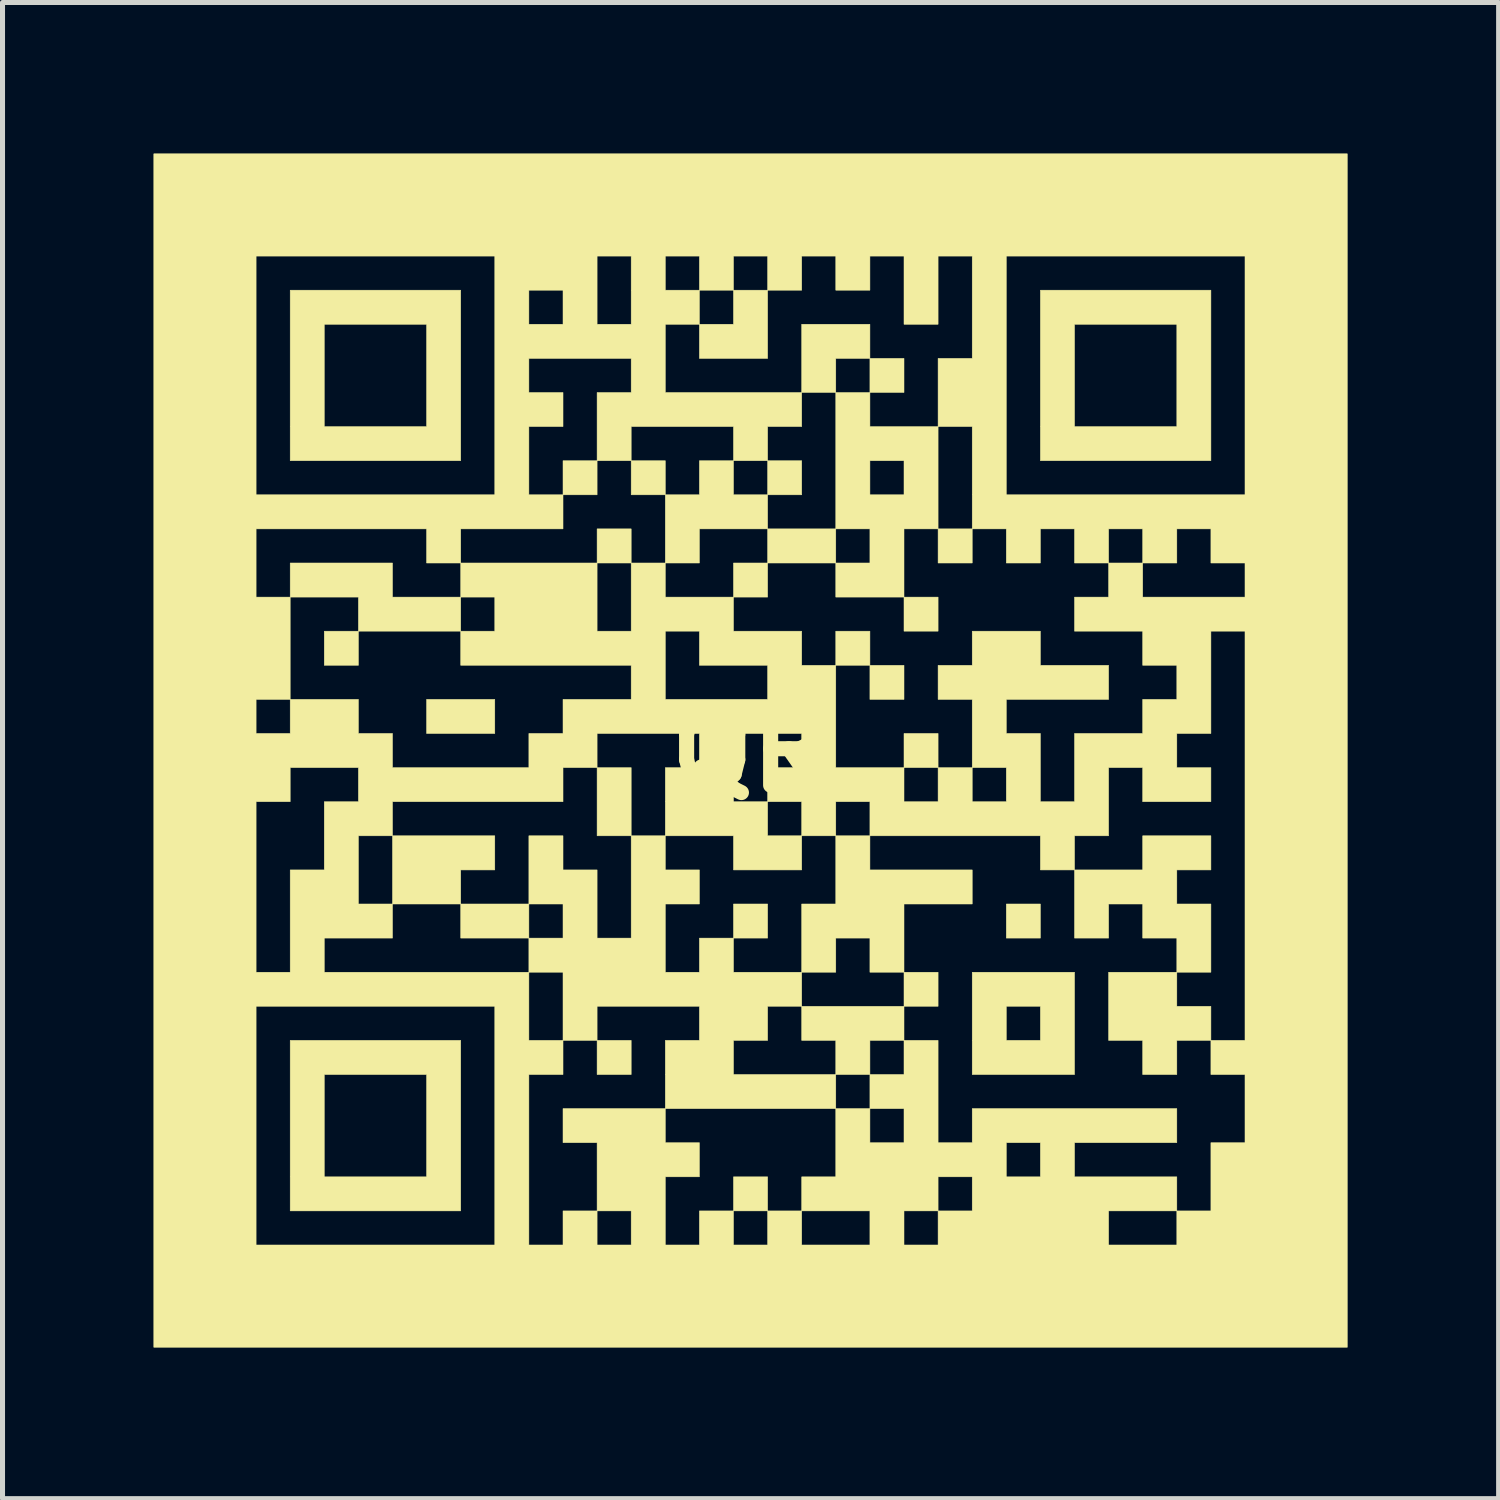
<source format=kicad_pcb>
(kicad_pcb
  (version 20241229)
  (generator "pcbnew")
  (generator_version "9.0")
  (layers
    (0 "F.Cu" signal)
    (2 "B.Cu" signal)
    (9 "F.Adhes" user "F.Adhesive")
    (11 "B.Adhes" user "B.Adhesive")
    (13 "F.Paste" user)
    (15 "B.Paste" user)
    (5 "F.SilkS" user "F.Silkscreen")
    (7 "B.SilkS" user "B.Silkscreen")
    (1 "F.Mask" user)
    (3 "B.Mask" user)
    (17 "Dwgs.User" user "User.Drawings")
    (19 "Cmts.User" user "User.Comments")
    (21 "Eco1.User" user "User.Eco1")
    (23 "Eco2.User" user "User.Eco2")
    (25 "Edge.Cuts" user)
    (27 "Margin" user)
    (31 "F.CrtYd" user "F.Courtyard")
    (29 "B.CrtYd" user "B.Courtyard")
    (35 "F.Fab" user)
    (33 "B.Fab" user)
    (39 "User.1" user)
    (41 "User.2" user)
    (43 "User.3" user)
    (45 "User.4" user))
  (footprint "QR"
    (layer "F.Cu")
    (at 11.858 11.858)
    (property "Reference" "QR" (at 0 0 0) (layer "F.SilkS") (effects (font (size 1.524 1.524) (thickness 0.3))))
    (attr through_hole)
    (fp_poly (pts (xy -7.789 -1.693) (xy -8.467 -1.693) (xy -8.467 -2.371) (xy -7.789 -2.371) (xy -7.789 -1.693)) (stroke (width 0.01) (type solid)) (fill yes) (layer "F.SilkS"))
    (fp_poly (pts (xy -5.08 -0.339) (xy -6.435 -0.339) (xy -6.435 -1.016) (xy -5.08 -1.016) (xy -5.08 -0.339)) (stroke (width 0.01) (type solid)) (fill yes) (layer "F.SilkS"))
    (fp_poly (pts (xy -3.048 -5.08) (xy -3.725 -5.08) (xy -3.725 -5.757) (xy -3.048 -5.757) (xy -3.048 -5.08)) (stroke (width 0.01) (type solid)) (fill yes) (layer "F.SilkS"))
    (fp_poly (pts (xy -3.048 1.693) (xy -3.048 0.339) (xy -2.371 0.339) (xy -2.371 1.693) (xy -3.048 1.693)) (stroke (width 0.01) (type solid)) (fill yes) (layer "F.SilkS"))
    (fp_poly (pts (xy -2.371 -5.08) (xy -2.371 -5.757) (xy -1.693 -5.757) (xy -1.693 -5.08) (xy -2.371 -5.08)) (stroke (width 0.01) (type solid)) (fill yes) (layer "F.SilkS"))
    (fp_poly (pts (xy -2.371 -3.725) (xy -3.048 -3.725) (xy -3.048 -4.403) (xy -2.371 -4.403) (xy -2.371 -3.725)) (stroke (width 0.01) (type solid)) (fill yes) (layer "F.SilkS"))
    (fp_poly (pts (xy -2.371 5.757) (xy -2.371 6.435) (xy -3.048 6.435) (xy -3.048 5.757) (xy -2.371 5.757)) (stroke (width 0.01) (type solid)) (fill yes) (layer "F.SilkS"))
    (fp_poly (pts (xy -0.339 3.048) (xy 0.339 3.048) (xy 0.339 3.725) (xy -0.339 3.725) (xy -0.339 3.048)) (stroke (width 0.01) (type solid)) (fill yes) (layer "F.SilkS"))
    (fp_poly (pts (xy 0.339 -5.757) (xy 1.016 -5.757) (xy 1.016 -5.08) (xy 0.339 -5.08) (xy 0.339 -5.757)) (stroke (width 0.01) (type solid)) (fill yes) (layer "F.SilkS"))
    (fp_poly (pts (xy 0.339 -3.048) (xy -0.339 -3.048) (xy -0.339 -3.725) (xy 0.339 -3.725) (xy 0.339 -3.048)) (stroke (width 0.01) (type solid)) (fill yes) (layer "F.SilkS"))
    (fp_poly (pts (xy 0.339 9.144) (xy -0.339 9.144) (xy -0.339 8.467) (xy 0.339 8.467) (xy 0.339 9.144)) (stroke (width 0.01) (type solid)) (fill yes) (layer "F.SilkS"))
    (fp_poly (pts (xy 1.693 -1.693) (xy 1.693 -2.371) (xy 2.371 -2.371) (xy 2.371 -1.693) (xy 1.693 -1.693)) (stroke (width 0.01) (type solid)) (fill yes) (layer "F.SilkS"))
    (fp_poly (pts (xy 2.371 -7.789) (xy 3.048 -7.789) (xy 3.048 -7.112) (xy 2.371 -7.112) (xy 2.371 -7.789)) (stroke (width 0.01) (type solid)) (fill yes) (layer "F.SilkS"))
    (fp_poly (pts (xy 3.048 -1.693) (xy 3.048 -1.016) (xy 2.371 -1.016) (xy 2.371 -1.693) (xy 3.048 -1.693)) (stroke (width 0.01) (type solid)) (fill yes) (layer "F.SilkS"))
    (fp_poly (pts (xy 3.725 -3.048) (xy 3.725 -2.371) (xy 3.048 -2.371) (xy 3.048 -3.048) (xy 3.725 -3.048)) (stroke (width 0.01) (type solid)) (fill yes) (layer "F.SilkS"))
    (fp_poly (pts (xy 3.725 0.339) (xy 3.048 0.339) (xy 3.048 -0.339) (xy 3.725 -0.339) (xy 3.725 0.339)) (stroke (width 0.01) (type solid)) (fill yes) (layer "F.SilkS"))
    (fp_poly (pts (xy 4.403 -3.725) (xy 3.725 -3.725) (xy 3.725 -4.403) (xy 4.403 -4.403) (xy 4.403 -3.725)) (stroke (width 0.01) (type solid)) (fill yes) (layer "F.SilkS"))
    (fp_poly (pts (xy 5.757 3.725) (xy 5.08 3.725) (xy 5.08 3.048) (xy 5.757 3.048) (xy 5.757 3.725)) (stroke (width 0.01) (type solid)) (fill yes) (layer "F.SilkS"))
    (fp_poly (pts (xy -7.112 3.048) (xy -7.112 1.693) (xy -5.08 1.693) (xy -5.08 2.371) (xy -5.757 2.371) (xy -5.757 3.048) (xy -7.112 3.048)) (stroke (width 0.01) (type solid)) (fill yes) (layer "F.SilkS"))
    (fp_poly (pts (xy 0.339 -7.789) (xy -1.016 -7.789) (xy -1.016 -8.467) (xy -0.339 -8.467) (xy -0.339 -9.144) (xy 0.339 -9.144) (xy 0.339 -7.789)) (stroke (width 0.01) (type solid)) (fill yes) (layer "F.SilkS"))
    (fp_poly (pts (xy 1.016 -7.112) (xy 1.016 -8.467) (xy 2.371 -8.467) (xy 2.371 -7.789) (xy 1.693 -7.789) (xy 1.693 -7.112) (xy 1.016 -7.112)) (stroke (width 0.01) (type solid)) (fill yes) (layer "F.SilkS"))
    (fp_poly (pts (xy -7.789 -3.048) (xy -9.144 -3.048) (xy -9.144 -3.725) (xy -7.112 -3.725) (xy -7.112 -3.048) (xy -5.757 -3.048) (xy -5.757 -2.371) (xy -7.789 -2.371) (xy -7.789 -3.048)) (stroke (width 0.01) (type solid)) (fill yes) (layer "F.SilkS"))
    (fp_poly (pts (xy -1.016 -5.08) (xy -1.016 -5.757) (xy -0.339 -5.757) (xy -0.339 -5.08) (xy 0.339 -5.08) (xy 0.339 -4.403) (xy -1.016 -4.403) (xy -1.016 -3.725) (xy -1.693 -3.725) (xy -1.693 -5.08) (xy -1.016 -5.08)) (stroke (width 0.01) (type solid)) (fill yes) (layer "F.SilkS"))
    (fp_poly (pts (xy 8.467 5.08) (xy 9.144 5.08) (xy 9.144 5.757) (xy 8.467 5.757) (xy 8.467 6.435) (xy 7.789 6.435) (xy 7.789 5.757) (xy 7.112 5.757) (xy 7.112 4.403) (xy 8.467 4.403) (xy 8.467 5.08)) (stroke (width 0.01) (type solid)) (fill yes) (layer "F.SilkS"))
    (fp_poly (pts (xy -5.757 -5.757) (xy -9.144 -5.757) (xy -9.144 -8.467) (xy -8.467 -8.467) (xy -8.467 -6.435) (xy -6.435 -6.435) (xy -6.435 -8.467) (xy -8.467 -8.467) (xy -9.144 -8.467) (xy -9.144 -9.144) (xy -5.757 -9.144) (xy -5.757 -5.757)) (stroke (width 0.01) (type solid)) (fill yes) (layer "F.SilkS"))
    (fp_poly (pts (xy -5.757 9.144) (xy -9.144 9.144) (xy -9.144 6.435) (xy -8.467 6.435) (xy -8.467 8.467) (xy -6.435 8.467) (xy -6.435 6.435) (xy -8.467 6.435) (xy -9.144 6.435) (xy -9.144 5.757) (xy -5.757 5.757) (xy -5.757 9.144)) (stroke (width 0.01) (type solid)) (fill yes) (layer "F.SilkS"))
    (fp_poly (pts (xy 6.435 6.435) (xy 4.403 6.435) (xy 4.403 5.08) (xy 5.08 5.08) (xy 5.08 5.757) (xy 5.757 5.757) (xy 5.757 5.08) (xy 5.08 5.08) (xy 4.403 5.08) (xy 4.403 4.403) (xy 6.435 4.403) (xy 6.435 6.435)) (stroke (width 0.01) (type solid)) (fill yes) (layer "F.SilkS"))
    (fp_poly (pts (xy 9.144 -5.757) (xy 5.757 -5.757) (xy 5.757 -8.467) (xy 6.435 -8.467) (xy 6.435 -6.435) (xy 8.467 -6.435) (xy 8.467 -8.467) (xy 6.435 -8.467) (xy 5.757 -8.467) (xy 5.757 -9.144) (xy 9.144 -9.144) (xy 9.144 -5.757)) (stroke (width 0.01) (type solid)) (fill yes) (layer "F.SilkS"))
    (fp_poly (pts (xy 8.467 3.725) (xy 7.789 3.725) (xy 7.789 3.048) (xy 7.112 3.048) (xy 7.112 3.725) (xy 6.435 3.725) (xy 6.435 2.371) (xy 7.789 2.371) (xy 7.789 1.693) (xy 9.144 1.693) (xy 9.144 2.371) (xy 8.467 2.371) (xy 8.467 3.048) (xy 9.144 3.048) (xy 9.144 4.403) (xy 8.467 4.403) (xy 8.467 3.725)) (stroke (width 0.01) (type solid)) (fill yes) (layer "F.SilkS"))
    (fp_poly (pts (xy 2.371 -6.435) (xy 3.725 -6.435) (xy 3.725 -4.403) (xy 3.048 -4.403) (xy 3.048 -3.048) (xy 1.693 -3.048) (xy 1.693 -3.725) (xy 0.339 -3.725) (xy 0.339 -4.403) (xy 1.693 -4.403) (xy 1.693 -3.725) (xy 2.371 -3.725) (xy 2.371 -4.403) (xy 1.693 -4.403) (xy 1.693 -5.757) (xy 2.371 -5.757) (xy 2.371 -5.08) (xy 3.048 -5.08) (xy 3.048 -5.757) (xy 2.371 -5.757) (xy 1.693 -5.757) (xy 1.693 -7.112) (xy 2.371 -7.112) (xy 2.371 -6.435)) (stroke (width 0.01) (type solid)) (fill yes) (layer "F.SilkS"))
    (fp_poly (pts (xy -0.339 4.403) (xy 1.016 4.403) (xy 1.016 5.08) (xy 3.048 5.08) (xy 3.048 4.403) (xy 2.371 4.403) (xy 2.371 3.725) (xy 1.693 3.725) (xy 1.693 4.403) (xy 1.016 4.403) (xy 1.016 3.048) (xy 1.693 3.048) (xy 1.693 1.693) (xy 2.371 1.693) (xy 2.371 2.371) (xy 4.403 2.371) (xy 4.403 3.048) (xy 3.048 3.048) (xy 3.048 4.403) (xy 3.725 4.403) (xy 3.725 5.08) (xy 3.048 5.08) (xy 3.048 5.757) (xy 2.371 5.757) (xy 2.371 6.435) (xy 1.693 6.435) (xy 1.693 7.112) (xy -1.693 7.112) (xy -1.693 5.757) (xy -1.016 5.757) (xy -0.339 5.757) (xy -0.339 6.435) (xy 1.693 6.435) (xy 1.693 5.757) (xy 1.016 5.757) (xy 1.016 5.08) (xy 0.339 5.08) (xy 0.339 5.757) (xy -0.339 5.757) (xy -1.016 5.757) (xy -1.016 5.08) (xy -3.048 5.08) (xy -3.048 5.757) (xy -3.725 5.757) (xy -3.725 4.403) (xy -4.403 4.403) (xy -4.403 3.725) (xy -5.757 3.725) (xy -5.757 3.048) (xy -4.403 3.048) (xy -4.403 3.725) (xy -3.725 3.725) (xy -3.725 3.048) (xy -4.403 3.048) (xy -4.403 1.693) (xy -3.725 1.693) (xy -3.725 2.371) (xy -3.048 2.371) (xy -3.048 3.725) (xy -2.371 3.725) (xy -2.371 1.693) (xy -1.693 1.693) (xy -1.693 2.371) (xy -1.016 2.371) (xy -1.016 3.048) (xy -1.693 3.048) (xy -1.693 4.403) (xy -1.016 4.403) (xy -1.016 3.725) (xy -0.339 3.725) (xy -0.339 4.403)) (stroke (width 0.01) (type solid)) (fill yes) (layer "F.SilkS"))
    (fp_poly (pts (xy 11.853 11.853) (xy -11.853 11.853) (xy -11.853 5.08) (xy -9.821 5.08) (xy -9.821 9.821) (xy -5.08 9.821) (xy -5.08 5.08) (xy -9.821 5.08) (xy -11.853 5.08) (xy -11.853 1.016) (xy -9.821 1.016) (xy -9.821 4.403) (xy -9.144 4.403) (xy -9.144 3.725) (xy -8.467 3.725) (xy -8.467 4.403) (xy -4.403 4.403) (xy -4.403 5.757) (xy -3.725 5.757) (xy -3.725 6.435) (xy -4.403 6.435) (xy -4.403 9.821) (xy -3.725 9.821) (xy -3.725 9.144) (xy -3.048 9.144) (xy -3.048 9.821) (xy -2.371 9.821) (xy -2.371 9.144) (xy -3.048 9.144) (xy -3.048 7.789) (xy -3.725 7.789) (xy -3.725 7.112) (xy -1.693 7.112) (xy -1.693 7.789) (xy -1.016 7.789) (xy -1.016 8.467) (xy -1.693 8.467) (xy -1.693 9.821) (xy -1.016 9.821) (xy -1.016 9.144) (xy -0.339 9.144) (xy -0.339 9.821) (xy 0.339 9.821) (xy 0.339 9.144) (xy 1.016 9.144) (xy 1.016 9.821) (xy 2.371 9.821) (xy 2.371 9.144) (xy 3.048 9.144) (xy 3.048 9.821) (xy 3.725 9.821) (xy 3.725 9.144) (xy 3.048 9.144) (xy 2.371 9.144) (xy 1.016 9.144) (xy 1.016 8.467) (xy 1.693 8.467) (xy 3.725 8.467) (xy 3.725 9.144) (xy 4.403 9.144) (xy 7.112 9.144) (xy 7.112 9.821) (xy 8.467 9.821) (xy 8.467 9.144) (xy 7.112 9.144) (xy 4.403 9.144) (xy 4.403 8.467) (xy 3.725 8.467) (xy 1.693 8.467) (xy 1.693 7.112) (xy 2.371 7.112) (xy 2.371 7.789) (xy 3.048 7.789) (xy 3.048 7.112) (xy 2.371 7.112) (xy 2.371 6.435) (xy 3.048 6.435) (xy 3.048 5.757) (xy 3.725 5.757) (xy 3.725 7.789) (xy 4.403 7.789) (xy 5.08 7.789) (xy 5.08 8.467) (xy 5.757 8.467) (xy 5.757 7.789) (xy 5.08 7.789) (xy 4.403 7.789) (xy 4.403 7.112) (xy 8.467 7.112) (xy 8.467 7.789) (xy 6.435 7.789) (xy 6.435 8.467) (xy 8.467 8.467) (xy 8.467 9.144) (xy 9.144 9.144) (xy 9.144 7.789) (xy 9.821 7.789) (xy 9.821 6.435) (xy 9.144 6.435) (xy 9.144 5.757) (xy 9.821 5.757) (xy 9.821 -2.371) (xy 9.144 -2.371) (xy 9.144 -0.339) (xy 8.467 -0.339) (xy 8.467 0.339) (xy 9.144 0.339) (xy 9.144 1.016) (xy 7.789 1.016) (xy 7.789 0.339) (xy 7.112 0.339) (xy 7.112 1.693) (xy 6.435 1.693) (xy 6.435 2.371) (xy 5.757 2.371) (xy 5.757 1.693) (xy 2.371 1.693) (xy 2.371 1.016) (xy 1.693 1.016) (xy 1.693 1.693) (xy 1.016 1.693) (xy 1.016 2.371) (xy -0.339 2.371) (xy -0.339 1.693) (xy 0.339 1.693) (xy 1.016 1.693) (xy 1.016 1.016) (xy 0.339 1.016) (xy 0.339 1.693) (xy -0.339 1.693) (xy -1.693 1.693) (xy -1.693 0.339) (xy -1.016 0.339) (xy -1.016 -0.339) (xy -0.339 -0.339) (xy -0.339 1.016) (xy 0.339 1.016) (xy 0.339 0.339) (xy 1.016 0.339) (xy 1.016 -0.339) (xy -0.339 -0.339) (xy -1.016 -0.339) (xy -3.048 -0.339) (xy -3.048 0.339) (xy -3.725 0.339) (xy -3.725 1.016) (xy -7.112 1.016) (xy -7.112 1.693) (xy -7.789 1.693) (xy -7.789 3.048) (xy -7.112 3.048) (xy -7.112 3.725) (xy -8.467 3.725) (xy -9.144 3.725) (xy -9.144 2.371) (xy -8.467 2.371) (xy -8.467 1.016) (xy -7.789 1.016) (xy -7.789 0.339) (xy -9.144 0.339) (xy -9.144 1.016) (xy -9.821 1.016) (xy -11.853 1.016) (xy -11.853 -1.016) (xy -9.821 -1.016) (xy -9.821 -0.339) (xy -9.144 -0.339) (xy -9.144 -1.016) (xy -9.821 -1.016) (xy -11.853 -1.016) (xy -11.853 -4.403) (xy -9.821 -4.403) (xy -9.821 -3.048) (xy -9.144 -3.048) (xy -9.144 -1.016) (xy -7.789 -1.016) (xy -7.789 -0.339) (xy -7.112 -0.339) (xy -7.112 0.339) (xy -4.403 0.339) (xy -4.403 -0.339) (xy -3.725 -0.339) (xy -3.725 -1.016) (xy -2.371 -1.016) (xy -2.371 -1.693) (xy -5.757 -1.693) (xy -5.757 -2.371) (xy -5.08 -2.371) (xy -5.08 -3.048) (xy -5.757 -3.048) (xy -5.757 -3.725) (xy -6.435 -3.725) (xy -6.435 -4.403) (xy -5.757 -4.403) (xy -5.757 -3.725) (xy -3.048 -3.725) (xy -3.048 -2.371) (xy -2.371 -2.371) (xy -1.693 -2.371) (xy -1.693 -1.016) (xy 0.339 -1.016) (xy 0.339 -1.693) (xy -1.016 -1.693) (xy -1.016 -2.371) (xy -1.693 -2.371) (xy -2.371 -2.371) (xy -2.371 -3.725) (xy -1.693 -3.725) (xy -1.693 -3.048) (xy -0.339 -3.048) (xy -0.339 -2.371) (xy 1.016 -2.371) (xy 1.016 -1.693) (xy 1.693 -1.693) (xy 1.693 0.339) (xy 3.048 0.339) (xy 3.048 1.016) (xy 3.725 1.016) (xy 3.725 0.339) (xy 4.403 0.339) (xy 4.403 1.016) (xy 5.08 1.016) (xy 5.08 0.339) (xy 4.403 0.339) (xy 4.403 -1.016) (xy 3.725 -1.016) (xy 3.725 -1.693) (xy 4.403 -1.693) (xy 4.403 -2.371) (xy 5.757 -2.371) (xy 5.757 -1.693) (xy 7.112 -1.693) (xy 7.112 -1.016) (xy 5.08 -1.016) (xy 5.08 -0.339) (xy 5.757 -0.339) (xy 5.757 1.016) (xy 6.435 1.016) (xy 6.435 -0.339) (xy 7.789 -0.339) (xy 7.789 -1.016) (xy 8.467 -1.016) (xy 8.467 -1.693) (xy 7.789 -1.693) (xy 7.789 -2.371) (xy 6.435 -2.371) (xy 6.435 -3.048) (xy 7.112 -3.048) (xy 7.789 -3.048) (xy 9.821 -3.048) (xy 9.821 -3.725) (xy 9.144 -3.725) (xy 9.144 -4.403) (xy 8.467 -4.403) (xy 8.467 -3.725) (xy 7.789 -3.725) (xy 7.789 -3.048) (xy 7.112 -3.048) (xy 7.112 -3.725) (xy 6.435 -3.725) (xy 6.435 -4.403) (xy 7.112 -4.403) (xy 7.112 -3.725) (xy 7.789 -3.725) (xy 7.789 -4.403) (xy 7.112 -4.403) (xy 6.435 -4.403) (xy 5.757 -4.403) (xy 5.757 -3.725) (xy 5.08 -3.725) (xy 5.08 -4.403) (xy 4.403 -4.403) (xy 4.403 -6.435) (xy 3.725 -6.435) (xy 3.725 -7.789) (xy 4.403 -7.789) (xy 4.403 -9.821) (xy 5.08 -9.821) (xy 5.08 -5.08) (xy 9.821 -5.08) (xy 9.821 -9.821) (xy 5.08 -9.821) (xy 4.403 -9.821) (xy 3.725 -9.821) (xy 3.725 -8.467) (xy 3.048 -8.467) (xy 3.048 -9.821) (xy 2.371 -9.821) (xy 2.371 -9.144) (xy 1.693 -9.144) (xy 1.693 -9.821) (xy 1.016 -9.821) (xy 1.016 -9.144) (xy 0.339 -9.144) (xy 0.339 -9.821) (xy -0.339 -9.821) (xy -0.339 -9.144) (xy -1.016 -9.144) (xy -1.016 -8.467) (xy -1.693 -8.467) (xy -1.693 -7.112) (xy 1.016 -7.112) (xy 1.016 -6.435) (xy 0.339 -6.435) (xy 0.339 -5.757) (xy -0.339 -5.757) (xy -0.339 -6.435) (xy -2.371 -6.435) (xy -2.371 -5.757) (xy -3.048 -5.757) (xy -3.048 -7.112) (xy -2.371 -7.112) (xy -2.371 -7.789) (xy -4.403 -7.789) (xy -4.403 -7.112) (xy -3.725 -7.112) (xy -3.725 -6.435) (xy -4.403 -6.435) (xy -4.403 -5.08) (xy -3.725 -5.08) (xy -3.725 -4.403) (xy -5.757 -4.403) (xy -6.435 -4.403) (xy -9.821 -4.403) (xy -11.853 -4.403) (xy -11.853 -9.821) (xy -9.821 -9.821) (xy -9.821 -5.08) (xy -5.08 -5.08) (xy -5.08 -9.144) (xy -4.403 -9.144) (xy -4.403 -8.467) (xy -3.725 -8.467) (xy -3.725 -9.144) (xy -4.403 -9.144) (xy -5.08 -9.144) (xy -5.08 -9.821) (xy -3.048 -9.821) (xy -3.048 -8.467) (xy -2.371 -8.467) (xy -2.371 -9.821) (xy -1.693 -9.821) (xy -1.693 -9.144) (xy -1.016 -9.144) (xy -1.016 -9.821) (xy -1.693 -9.821) (xy -2.371 -9.821) (xy -3.048 -9.821) (xy -5.08 -9.821) (xy -9.821 -9.821) (xy -11.853 -9.821) (xy -11.853 -11.853) (xy 11.853 -11.853) (xy 11.853 11.853)) (stroke (width 0.01) (type solid)) (fill yes) (layer "F.SilkS")))
  (gr_rect
    (start -3 -3)
    (end 26.717 26.717)
    (stroke (width 0.1) (type default))
    (fill no)
    (layer "Edge.Cuts")))
</source>
